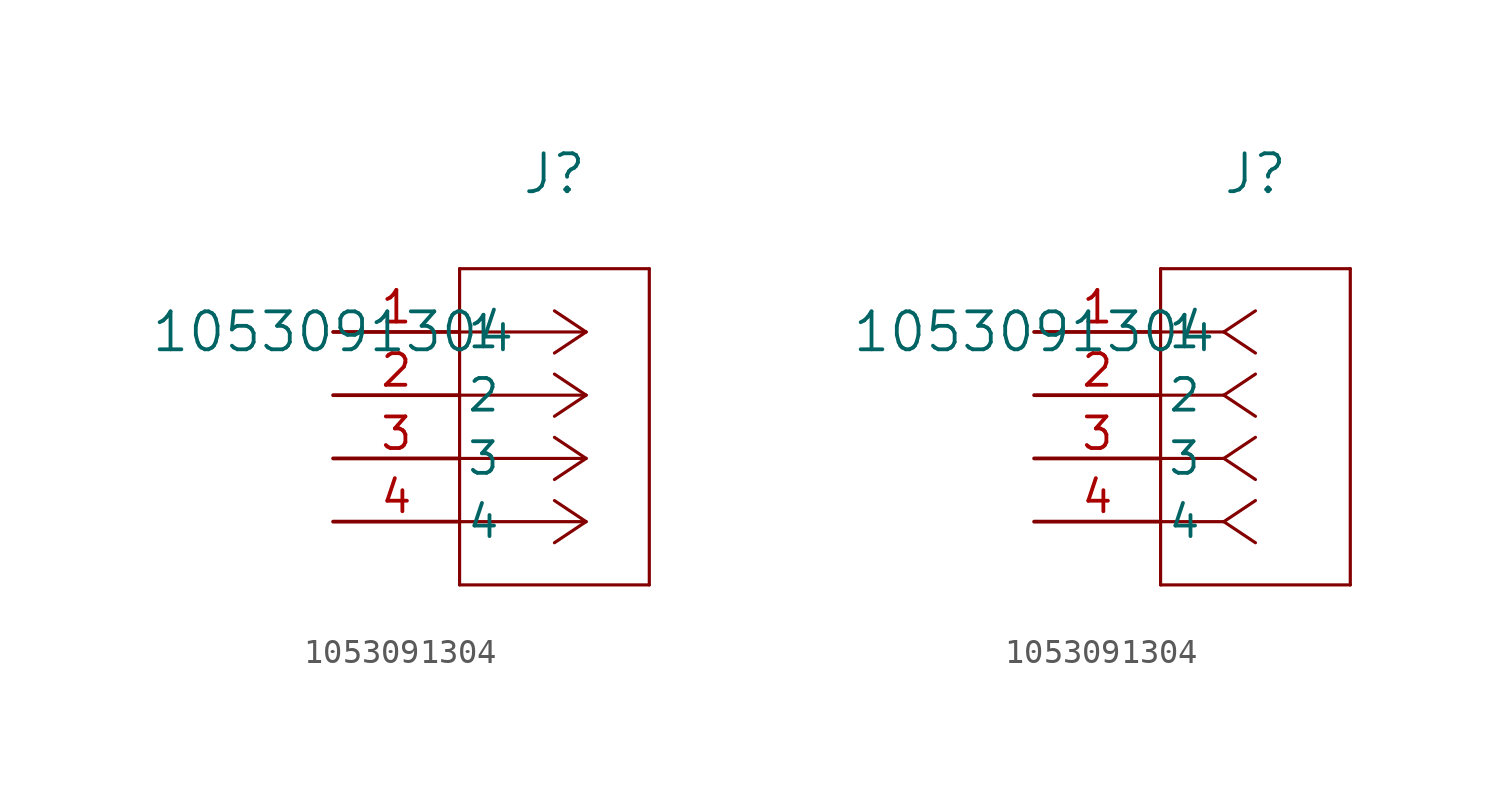
<source format=kicad_sym>
(kicad_symbol_lib
  (version 20211014)
  (generator kicad_symbol_editor)
  (symbol "1053091304"
    (pin_names
      (offset 0.254))
    (property "Reference" "J"
      (at 8.89 6.35 0)
      (effects (font (size 1.524 1.524))))
    (property "Value" "1053091304"
      (at 0 0 0)
      (effects (font (size 1.524 1.524))))
    (symbol "1053091304_1_1"
      (polyline (pts (xy 10.16 0) (xy 5.08 0)) (stroke (width 0.127) (type default) (color 0 0 0 0)) (fill (type none)))
      (polyline (pts (xy 10.16 -2.54) (xy 5.08 -2.54)) (stroke (width 0.127) (type default) (color 0 0 0 0)) (fill (type none)))
      (polyline (pts (xy 10.16 -5.08) (xy 5.08 -5.08)) (stroke (width 0.127) (type default) (color 0 0 0 0)) (fill (type none)))
      (polyline (pts (xy 10.16 -7.62) (xy 5.08 -7.62)) (stroke (width 0.127) (type default) (color 0 0 0 0)) (fill (type none)))
      (polyline (pts (xy 10.16 0) (xy 8.89 0.847)) (stroke (width 0.127) (type default) (color 0 0 0 0)) (fill (type none)))
      (polyline (pts (xy 10.16 -2.54) (xy 8.89 -1.693)) (stroke (width 0.127) (type default) (color 0 0 0 0)) (fill (type none)))
      (polyline (pts (xy 10.16 -5.08) (xy 8.89 -4.233)) (stroke (width 0.127) (type default) (color 0 0 0 0)) (fill (type none)))
      (polyline (pts (xy 10.16 -7.62) (xy 8.89 -6.773)) (stroke (width 0.127) (type default) (color 0 0 0 0)) (fill (type none)))
      (polyline (pts (xy 10.16 0) (xy 8.89 -0.847)) (stroke (width 0.127) (type default) (color 0 0 0 0)) (fill (type none)))
      (polyline (pts (xy 10.16 -2.54) (xy 8.89 -3.387)) (stroke (width 0.127) (type default) (color 0 0 0 0)) (fill (type none)))
      (polyline (pts (xy 10.16 -5.08) (xy 8.89 -5.927)) (stroke (width 0.127) (type default) (color 0 0 0 0)) (fill (type none)))
      (polyline (pts (xy 10.16 -7.62) (xy 8.89 -8.467)) (stroke (width 0.127) (type default) (color 0 0 0 0)) (fill (type none)))
      (polyline (pts (xy 5.08 2.54) (xy 5.08 -10.16)) (stroke (width 0.127) (type default) (color 0 0 0 0)) (fill (type none)))
      (polyline (pts (xy 5.08 -10.16) (xy 12.7 -10.16)) (stroke (width 0.127) (type default) (color 0 0 0 0)) (fill (type none)))
      (polyline (pts (xy 12.7 -10.16) (xy 12.7 2.54)) (stroke (width 0.127) (type default) (color 0 0 0 0)) (fill (type none)))
      (polyline (pts (xy 12.7 2.54) (xy 5.08 2.54)) (stroke (width 0.127) (type default) (color 0 0 0 0)) (fill (type none)))
      (pin unspecified line (at 0 0 0) (length 5.08) (name "1" (effects (font (size 1.27 1.27)))) (number "1" (effects (font (size 1.27 1.27)))))
      (pin unspecified line (at 0 -2.54 0) (length 5.08) (name "2" (effects (font (size 1.27 1.27)))) (number "2" (effects (font (size 1.27 1.27)))))
      (pin unspecified line (at 0 -5.08 0) (length 5.08) (name "3" (effects (font (size 1.27 1.27)))) (number "3" (effects (font (size 1.27 1.27)))))
      (pin unspecified line (at 0 -7.62 0) (length 5.08) (name "4" (effects (font (size 1.27 1.27)))) (number "4" (effects (font (size 1.27 1.27))))))
    (symbol "1053091304_1_2"
      (polyline (pts (xy 7.62 0) (xy 5.08 0)) (stroke (width 0.127) (type default) (color 0 0 0 0)) (fill (type none)))
      (polyline (pts (xy 7.62 -2.54) (xy 5.08 -2.54)) (stroke (width 0.127) (type default) (color 0 0 0 0)) (fill (type none)))
      (polyline (pts (xy 7.62 -5.08) (xy 5.08 -5.08)) (stroke (width 0.127) (type default) (color 0 0 0 0)) (fill (type none)))
      (polyline (pts (xy 7.62 -7.62) (xy 5.08 -7.62)) (stroke (width 0.127) (type default) (color 0 0 0 0)) (fill (type none)))
      (polyline (pts (xy 7.62 0) (xy 8.89 0.847)) (stroke (width 0.127) (type default) (color 0 0 0 0)) (fill (type none)))
      (polyline (pts (xy 7.62 -2.54) (xy 8.89 -1.693)) (stroke (width 0.127) (type default) (color 0 0 0 0)) (fill (type none)))
      (polyline (pts (xy 7.62 -5.08) (xy 8.89 -4.233)) (stroke (width 0.127) (type default) (color 0 0 0 0)) (fill (type none)))
      (polyline (pts (xy 7.62 -7.62) (xy 8.89 -6.773)) (stroke (width 0.127) (type default) (color 0 0 0 0)) (fill (type none)))
      (polyline (pts (xy 7.62 0) (xy 8.89 -0.847)) (stroke (width 0.127) (type default) (color 0 0 0 0)) (fill (type none)))
      (polyline (pts (xy 7.62 -2.54) (xy 8.89 -3.387)) (stroke (width 0.127) (type default) (color 0 0 0 0)) (fill (type none)))
      (polyline (pts (xy 7.62 -5.08) (xy 8.89 -5.927)) (stroke (width 0.127) (type default) (color 0 0 0 0)) (fill (type none)))
      (polyline (pts (xy 7.62 -7.62) (xy 8.89 -8.467)) (stroke (width 0.127) (type default) (color 0 0 0 0)) (fill (type none)))
      (polyline (pts (xy 5.08 2.54) (xy 5.08 -10.16)) (stroke (width 0.127) (type default) (color 0 0 0 0)) (fill (type none)))
      (polyline (pts (xy 5.08 -10.16) (xy 12.7 -10.16)) (stroke (width 0.127) (type default) (color 0 0 0 0)) (fill (type none)))
      (polyline (pts (xy 12.7 -10.16) (xy 12.7 2.54)) (stroke (width 0.127) (type default) (color 0 0 0 0)) (fill (type none)))
      (polyline (pts (xy 12.7 2.54) (xy 5.08 2.54)) (stroke (width 0.127) (type default) (color 0 0 0 0)) (fill (type none)))
      (pin unspecified line (at 0 0 0) (length 5.08) (name "1" (effects (font (size 1.27 1.27)))) (number "1" (effects (font (size 1.27 1.27)))))
      (pin unspecified line (at 0 -2.54 0) (length 5.08) (name "2" (effects (font (size 1.27 1.27)))) (number "2" (effects (font (size 1.27 1.27)))))
      (pin unspecified line (at 0 -5.08 0) (length 5.08) (name "3" (effects (font (size 1.27 1.27)))) (number "3" (effects (font (size 1.27 1.27)))))
      (pin unspecified line (at 0 -7.62 0) (length 5.08) (name "4" (effects (font (size 1.27 1.27)))) (number "4" (effects (font (size 1.27 1.27))))))))
</source>
